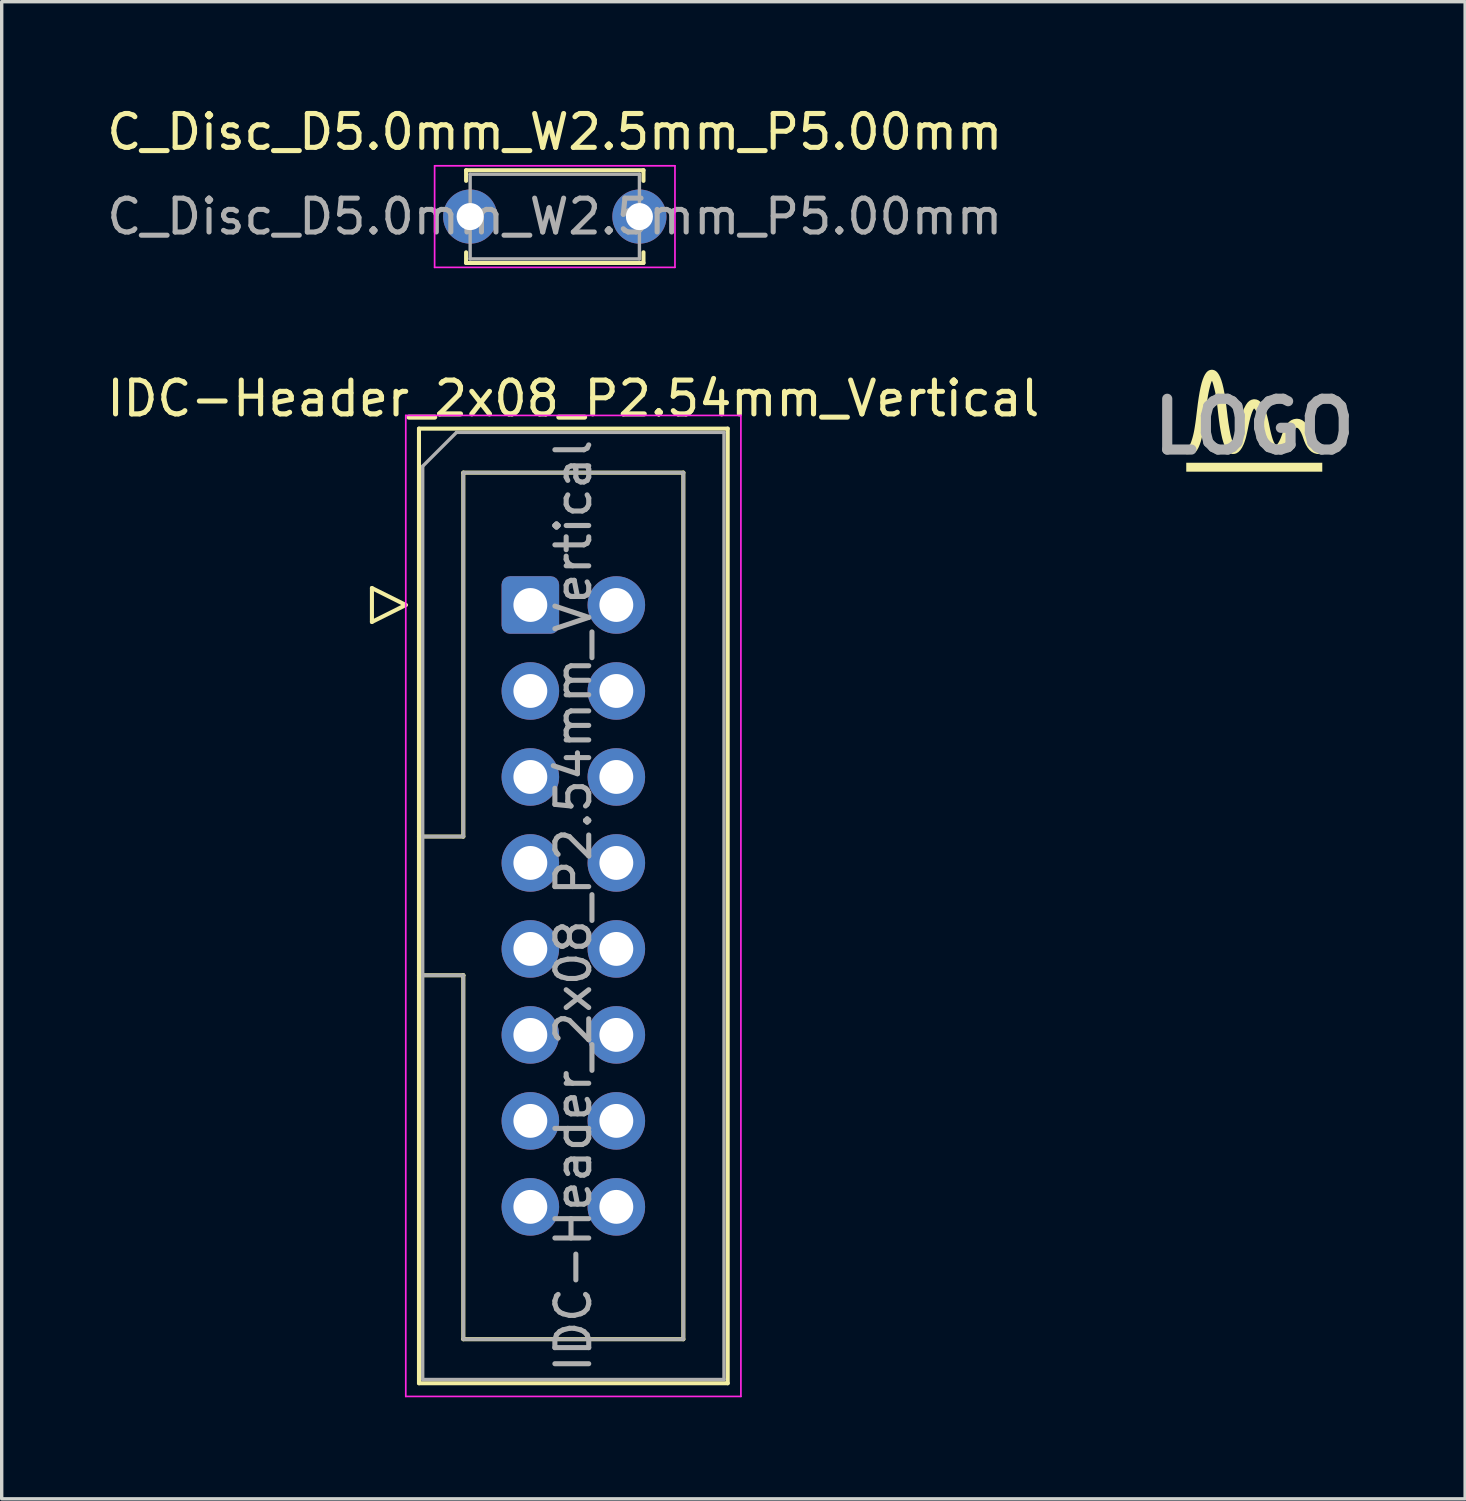
<source format=kicad_pcb>
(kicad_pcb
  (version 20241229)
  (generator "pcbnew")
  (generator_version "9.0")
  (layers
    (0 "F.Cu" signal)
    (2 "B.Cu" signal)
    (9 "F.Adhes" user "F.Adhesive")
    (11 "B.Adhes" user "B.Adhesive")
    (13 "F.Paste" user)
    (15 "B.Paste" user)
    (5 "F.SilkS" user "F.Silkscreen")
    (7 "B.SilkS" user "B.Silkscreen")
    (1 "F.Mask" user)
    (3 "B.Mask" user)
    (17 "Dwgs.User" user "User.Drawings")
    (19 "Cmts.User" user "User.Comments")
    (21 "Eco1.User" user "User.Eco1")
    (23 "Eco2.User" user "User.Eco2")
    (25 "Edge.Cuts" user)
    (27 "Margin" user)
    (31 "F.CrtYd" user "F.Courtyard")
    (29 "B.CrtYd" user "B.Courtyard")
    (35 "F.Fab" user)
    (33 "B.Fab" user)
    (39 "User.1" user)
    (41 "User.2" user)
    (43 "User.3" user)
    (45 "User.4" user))
  (footprint "C_Disc_D5.0mm_W2.5mm_P5.00mm"
    (layer "F.Cu")
    (at 10.839 3.348)
    (property "Reference" "C_Disc_D5.0mm_W2.5mm_P5.00mm" (at 2.5 -2.5 0) (layer "F.SilkS") (effects (font (size 1 1) (thickness 0.15))))
    (attr through_hole)
    (fp_line (start -0.12 -1.37) (end -0.12 -1.055) (stroke (width 0.12) (type solid)) (layer "F.SilkS"))
    (fp_line (start -0.12 -1.37) (end 5.12 -1.37) (stroke (width 0.12) (type solid)) (layer "F.SilkS"))
    (fp_line (start -0.12 1.055) (end -0.12 1.37) (stroke (width 0.12) (type solid)) (layer "F.SilkS"))
    (fp_line (start -0.12 1.37) (end 5.12 1.37) (stroke (width 0.12) (type solid)) (layer "F.SilkS"))
    (fp_line (start 5.12 -1.37) (end 5.12 -1.055) (stroke (width 0.12) (type solid)) (layer "F.SilkS"))
    (fp_line (start 5.12 1.055) (end 5.12 1.37) (stroke (width 0.12) (type solid)) (layer "F.SilkS"))
    (fp_line (start -1.05 -1.5) (end -1.05 1.5) (stroke (width 0.05) (type solid)) (layer "F.CrtYd"))
    (fp_line (start -1.05 1.5) (end 6.05 1.5) (stroke (width 0.05) (type solid)) (layer "F.CrtYd"))
    (fp_line (start 6.05 -1.5) (end -1.05 -1.5) (stroke (width 0.05) (type solid)) (layer "F.CrtYd"))
    (fp_line (start 6.05 1.5) (end 6.05 -1.5) (stroke (width 0.05) (type solid)) (layer "F.CrtYd"))
    (fp_line (start 0 -1.25) (end 0 1.25) (stroke (width 0.1) (type solid)) (layer "F.Fab"))
    (fp_line (start 0 1.25) (end 5 1.25) (stroke (width 0.1) (type solid)) (layer "F.Fab"))
    (fp_line (start 5 -1.25) (end 0 -1.25) (stroke (width 0.1) (type solid)) (layer "F.Fab"))
    (fp_line (start 5 1.25) (end 5 -1.25) (stroke (width 0.1) (type solid)) (layer "F.Fab"))
    (fp_text user "${REFERENCE}" (at 2.5 0 0) (layer "F.Fab") (effects (font (size 1 1) (thickness 0.15))))
    (pad "1" thru_hole circle (at 0 0) (size 1.6 1.6) (drill 0.8) (layers "*.Cu" "*.Mask"))
    (pad "2" thru_hole circle (at 5 0) (size 1.6 1.6) (drill 0.8) (layers "*.Cu" "*.Mask")))
  (footprint "IDC-Header_2x08_P2.54mm_Vertical"
    (layer "F.Cu")
    (at 12.617 14.822)
    (property "Reference" "IDC-Header_2x08_P2.54mm_Vertical" (at 1.27 -6.1 0) (layer "F.SilkS") (effects (font (size 1 1) (thickness 0.15))))
    (attr through_hole)
    (fp_line (start -4.68 -0.5) (end -4.68 0.5) (stroke (width 0.12) (type solid)) (layer "F.SilkS"))
    (fp_line (start -4.68 0.5) (end -3.68 0) (stroke (width 0.12) (type solid)) (layer "F.SilkS"))
    (fp_line (start -3.68 0) (end -4.68 -0.5) (stroke (width 0.12) (type solid)) (layer "F.SilkS"))
    (fp_line (start -3.29 -5.21) (end 5.83 -5.21) (stroke (width 0.12) (type solid)) (layer "F.SilkS"))
    (fp_line (start -3.29 6.84) (end -1.98 6.84) (stroke (width 0.12) (type solid)) (layer "F.SilkS"))
    (fp_line (start -3.29 22.99) (end -3.29 -5.21) (stroke (width 0.12) (type solid)) (layer "F.SilkS"))
    (fp_line (start -1.98 -3.91) (end 4.52 -3.91) (stroke (width 0.12) (type solid)) (layer "F.SilkS"))
    (fp_line (start -1.98 6.84) (end -1.98 -3.91) (stroke (width 0.12) (type solid)) (layer "F.SilkS"))
    (fp_line (start -1.98 10.94) (end -3.29 10.94) (stroke (width 0.12) (type solid)) (layer "F.SilkS"))
    (fp_line (start -1.98 10.94) (end -1.98 10.94) (stroke (width 0.12) (type solid)) (layer "F.SilkS"))
    (fp_line (start -1.98 21.69) (end -1.98 10.94) (stroke (width 0.12) (type solid)) (layer "F.SilkS"))
    (fp_line (start 4.52 -3.91) (end 4.52 21.69) (stroke (width 0.12) (type solid)) (layer "F.SilkS"))
    (fp_line (start 4.52 21.69) (end -1.98 21.69) (stroke (width 0.12) (type solid)) (layer "F.SilkS"))
    (fp_line (start 5.83 -5.21) (end 5.83 22.99) (stroke (width 0.12) (type solid)) (layer "F.SilkS"))
    (fp_line (start 5.83 22.99) (end -3.29 22.99) (stroke (width 0.12) (type solid)) (layer "F.SilkS"))
    (fp_line (start -3.68 -5.6) (end -3.68 23.38) (stroke (width 0.05) (type solid)) (layer "F.CrtYd"))
    (fp_line (start -3.68 23.38) (end 6.22 23.38) (stroke (width 0.05) (type solid)) (layer "F.CrtYd"))
    (fp_line (start 6.22 -5.6) (end -3.68 -5.6) (stroke (width 0.05) (type solid)) (layer "F.CrtYd"))
    (fp_line (start 6.22 23.38) (end 6.22 -5.6) (stroke (width 0.05) (type solid)) (layer "F.CrtYd"))
    (fp_line (start -3.18 -4.1) (end -2.18 -5.1) (stroke (width 0.1) (type solid)) (layer "F.Fab"))
    (fp_line (start -3.18 6.84) (end -1.98 6.84) (stroke (width 0.1) (type solid)) (layer "F.Fab"))
    (fp_line (start -3.18 22.88) (end -3.18 -4.1) (stroke (width 0.1) (type solid)) (layer "F.Fab"))
    (fp_line (start -2.18 -5.1) (end 5.72 -5.1) (stroke (width 0.1) (type solid)) (layer "F.Fab"))
    (fp_line (start -1.98 -3.91) (end 4.52 -3.91) (stroke (width 0.1) (type solid)) (layer "F.Fab"))
    (fp_line (start -1.98 6.84) (end -1.98 -3.91) (stroke (width 0.1) (type solid)) (layer "F.Fab"))
    (fp_line (start -1.98 10.94) (end -3.18 10.94) (stroke (width 0.1) (type solid)) (layer "F.Fab"))
    (fp_line (start -1.98 10.94) (end -1.98 10.94) (stroke (width 0.1) (type solid)) (layer "F.Fab"))
    (fp_line (start -1.98 21.69) (end -1.98 10.94) (stroke (width 0.1) (type solid)) (layer "F.Fab"))
    (fp_line (start 4.52 -3.91) (end 4.52 21.69) (stroke (width 0.1) (type solid)) (layer "F.Fab"))
    (fp_line (start 4.52 21.69) (end -1.98 21.69) (stroke (width 0.1) (type solid)) (layer "F.Fab"))
    (fp_line (start 5.72 -5.1) (end 5.72 22.88) (stroke (width 0.1) (type solid)) (layer "F.Fab"))
    (fp_line (start 5.72 22.88) (end -3.18 22.88) (stroke (width 0.1) (type solid)) (layer "F.Fab"))
    (fp_text user "${REFERENCE}" (at 1.27 8.89 90) (layer "F.Fab") (effects (font (size 1 1) (thickness 0.15))))
    (pad "1" thru_hole roundrect (at 0 0 180) (size 1.7 1.7) (drill 1) (layers "*.Cu" "*.Mask") (roundrect_rratio 0.147))
    (pad "2" thru_hole circle (at 2.54 0 180) (size 1.7 1.7) (drill 1) (layers "*.Cu" "*.Mask"))
    (pad "3" thru_hole circle (at 0 2.54 180) (size 1.7 1.7) (drill 1) (layers "*.Cu" "*.Mask"))
    (pad "4" thru_hole circle (at 2.54 2.54 180) (size 1.7 1.7) (drill 1) (layers "*.Cu" "*.Mask"))
    (pad "5" thru_hole circle (at 0 5.08 180) (size 1.7 1.7) (drill 1) (layers "*.Cu" "*.Mask"))
    (pad "6" thru_hole circle (at 2.54 5.08 180) (size 1.7 1.7) (drill 1) (layers "*.Cu" "*.Mask"))
    (pad "7" thru_hole circle (at 0 7.62 180) (size 1.7 1.7) (drill 1) (layers "*.Cu" "*.Mask"))
    (pad "8" thru_hole circle (at 2.54 7.62 180) (size 1.7 1.7) (drill 1) (layers "*.Cu" "*.Mask"))
    (pad "9" thru_hole circle (at 0 10.16 180) (size 1.7 1.7) (drill 1) (layers "*.Cu" "*.Mask"))
    (pad "10" thru_hole circle (at 2.54 10.16 180) (size 1.7 1.7) (drill 1) (layers "*.Cu" "*.Mask"))
    (pad "11" thru_hole circle (at 0 12.7 180) (size 1.7 1.7) (drill 1) (layers "*.Cu" "*.Mask"))
    (pad "12" thru_hole circle (at 2.54 12.7 180) (size 1.7 1.7) (drill 1) (layers "*.Cu" "*.Mask"))
    (pad "13" thru_hole circle (at 0 15.24 180) (size 1.7 1.7) (drill 1) (layers "*.Cu" "*.Mask"))
    (pad "14" thru_hole circle (at 2.54 15.24 180) (size 1.7 1.7) (drill 1) (layers "*.Cu" "*.Mask"))
    (pad "15" thru_hole circle (at 0 17.78 180) (size 1.7 1.7) (drill 1) (layers "*.Cu" "*.Mask"))
    (pad "16" thru_hole circle (at 2.54 17.78 180) (size 1.7 1.7) (drill 1) (layers "*.Cu" "*.Mask")))
  (footprint "LOGO"
    (placed yes)
    (layer "F.Cu")
    (at 34.002 9.552)
    (property "Reference" "LOGO" (at 0 0 0) (layer "F.Fab") (effects (font (size 1.5 1.5) (thickness 0.3))))
    (attr board_only exclude_from_pos_files exclude_from_bom)
    (fp_poly (pts (xy 2.009 1.2) (xy 2.009 1.332) (xy 0 1.332) (xy -2.009 1.332) (xy -2.009 1.2) (xy -2.009 1.068) (xy 0 1.068) (xy 2.009 1.068)) (stroke (width 0) (type solid)) (fill yes) (layer "F.SilkS"))
    (fp_poly (pts (xy -1.222 -1.677) (xy -1.172 -1.662) (xy -1.126 -1.634) (xy -1.084 -1.591) (xy -1.044 -1.533) (xy -1.007 -1.459) (xy -0.972 -1.369) (xy -0.94 -1.261) (xy -0.91 -1.135) (xy -0.882 -0.991) (xy -0.855 -0.828) (xy -0.83 -0.644) (xy -0.809 -0.471) (xy -0.787 -0.284) (xy -0.764 -0.116) (xy -0.74 0.034) (xy -0.716 0.164) (xy -0.703 0.229) (xy -0.687 0.292) (xy -0.67 0.354) (xy -0.653 0.411) (xy -0.637 0.459) (xy -0.623 0.494) (xy -0.612 0.512) (xy -0.604 0.509) (xy -0.59 0.489) (xy -0.573 0.454) (xy -0.554 0.41) (xy -0.534 0.357) (xy -0.516 0.301) (xy -0.514 0.296) (xy -0.504 0.259) (xy -0.491 0.205) (xy -0.476 0.14) (xy -0.46 0.067) (xy -0.445 -0.008) (xy -0.44 -0.032) (xy -0.417 -0.144) (xy -0.396 -0.238) (xy -0.376 -0.318) (xy -0.357 -0.386) (xy -0.338 -0.446) (xy -0.317 -0.5) (xy -0.295 -0.549) (xy -0.248 -0.638) (xy -0.199 -0.708) (xy -0.147 -0.758) (xy -0.09 -0.79) (xy -0.028 -0.806) (xy 0.006 -0.808) (xy 0.07 -0.799) (xy 0.128 -0.774) (xy 0.182 -0.731) (xy 0.233 -0.669) (xy 0.282 -0.587) (xy 0.284 -0.583) (xy 0.31 -0.527) (xy 0.335 -0.466) (xy 0.358 -0.396) (xy 0.381 -0.315) (xy 0.404 -0.22) (xy 0.429 -0.109) (xy 0.444 -0.033) (xy 0.471 0.096) (xy 0.497 0.207) (xy 0.522 0.299) (xy 0.546 0.376) (xy 0.571 0.439) (xy 0.597 0.49) (xy 0.623 0.529) (xy 0.644 0.555) (xy 0.676 0.525) (xy 0.707 0.486) (xy 0.74 0.43) (xy 0.773 0.36) (xy 0.804 0.279) (xy 0.814 0.249) (xy 0.861 0.121) (xy 0.912 0.015) (xy 0.967 -0.072) (xy 1.027 -0.14) (xy 1.093 -0.189) (xy 1.165 -0.219) (xy 1.243 -0.232) (xy 1.263 -0.233) (xy 1.34 -0.222) (xy 1.413 -0.192) (xy 1.481 -0.141) (xy 1.543 -0.07) (xy 1.601 0.02) (xy 1.652 0.13) (xy 1.692 0.238) (xy 1.724 0.326) (xy 1.757 0.402) (xy 1.792 0.463) (xy 1.826 0.508) (xy 1.836 0.518) (xy 1.859 0.536) (xy 1.881 0.545) (xy 1.91 0.549) (xy 1.941 0.55) (xy 2.009 0.55) (xy 2.009 0.682) (xy 2.009 0.814) (xy 1.941 0.814) (xy 1.849 0.807) (xy 1.767 0.784) (xy 1.694 0.745) (xy 1.628 0.688) (xy 1.57 0.614) (xy 1.517 0.521) (xy 1.47 0.408) (xy 1.447 0.341) (xy 1.416 0.254) (xy 1.383 0.178) (xy 1.349 0.117) (xy 1.315 0.071) (xy 1.283 0.042) (xy 1.253 0.032) (xy 1.224 0.042) (xy 1.193 0.071) (xy 1.161 0.118) (xy 1.127 0.181) (xy 1.095 0.258) (xy 1.068 0.333) (xy 1.021 0.458) (xy 0.969 0.565) (xy 0.91 0.652) (xy 0.847 0.721) (xy 0.779 0.77) (xy 0.706 0.799) (xy 0.635 0.808) (xy 0.57 0.8) (xy 0.51 0.776) (xy 0.454 0.736) (xy 0.403 0.679) (xy 0.356 0.604) (xy 0.313 0.511) (xy 0.273 0.399) (xy 0.237 0.267) (xy 0.203 0.116) (xy 0.186 0.03) (xy 0.163 -0.088) (xy 0.138 -0.196) (xy 0.112 -0.293) (xy 0.085 -0.376) (xy 0.059 -0.444) (xy 0.033 -0.494) (xy 0.009 -0.525) (xy 0.007 -0.528) (xy -0.004 -0.533) (xy -0.014 -0.526) (xy -0.028 -0.504) (xy -0.035 -0.49) (xy -0.065 -0.423) (xy -0.094 -0.339) (xy -0.122 -0.237) (xy -0.151 -0.116) (xy -0.175 -0.000081) (xy -0.198 0.114) (xy -0.219 0.209) (xy -0.238 0.29) (xy -0.256 0.359) (xy -0.275 0.419) (xy -0.294 0.474) (xy -0.312 0.52) (xy -0.36 0.618) (xy -0.412 0.695) (xy -0.468 0.752) (xy -0.529 0.79) (xy -0.573 0.804) (xy -0.636 0.81) (xy -0.692 0.799) (xy -0.743 0.77) (xy -0.79 0.721) (xy -0.835 0.652) (xy -0.851 0.62) (xy -0.885 0.544) (xy -0.915 0.458) (xy -0.944 0.358) (xy -0.97 0.246) (xy -0.995 0.117) (xy -1.019 -0.027) (xy -1.042 -0.19) (xy -1.064 -0.372) (xy -1.068 -0.407) (xy -1.086 -0.561) (xy -1.104 -0.704) (xy -1.123 -0.834) (xy -1.141 -0.946) (xy -1.153 -1.01) (xy -1.165 -1.062) (xy -1.178 -1.119) (xy -1.193 -1.177) (xy -1.208 -1.233) (xy -1.223 -1.281) (xy -1.235 -1.319) (xy -1.245 -1.343) (xy -1.249 -1.349) (xy -1.256 -1.342) (xy -1.267 -1.318) (xy -1.281 -1.279) (xy -1.296 -1.227) (xy -1.312 -1.167) (xy -1.329 -1.1) (xy -1.336 -1.068) (xy -1.355 -0.977) (xy -1.373 -0.876) (xy -1.39 -0.763) (xy -1.407 -0.634) (xy -1.425 -0.488) (xy -1.433 -0.422) (xy -1.455 -0.232) (xy -1.478 -0.061) (xy -1.502 0.091) (xy -1.527 0.225) (xy -1.554 0.342) (xy -1.581 0.445) (xy -1.611 0.533) (xy -1.643 0.609) (xy -1.652 0.629) (xy -1.689 0.695) (xy -1.727 0.744) (xy -1.768 0.778) (xy -1.817 0.798) (xy -1.878 0.81) (xy -1.916 0.812) (xy -2.009 0.817) (xy -2.009 0.683) (xy -2.009 0.55) (xy -1.963 0.55) (xy -1.936 0.548) (xy -1.915 0.541) (xy -1.898 0.525) (xy -1.882 0.497) (xy -1.865 0.455) (xy -1.847 0.401) (xy -1.826 0.334) (xy -1.807 0.263) (xy -1.789 0.186) (xy -1.772 0.101) (xy -1.756 0.005) (xy -1.739 -0.105) (xy -1.722 -0.229) (xy -1.705 -0.371) (xy -1.692 -0.479) (xy -1.667 -0.68) (xy -1.641 -0.86) (xy -1.614 -1.021) (xy -1.585 -1.163) (xy -1.555 -1.286) (xy -1.522 -1.391) (xy -1.487 -1.478) (xy -1.45 -1.549) (xy -1.41 -1.604) (xy -1.367 -1.644) (xy -1.32 -1.668) (xy -1.27 -1.679)) (stroke (width 0) (type solid)) (fill yes) (layer "F.SilkS")))
  (gr_rect
    (start -3 -3)
    (end 40.231 41.227)
    (stroke (width 0.1) (type default))
    (fill no)
    (layer "Edge.Cuts")))
</source>
